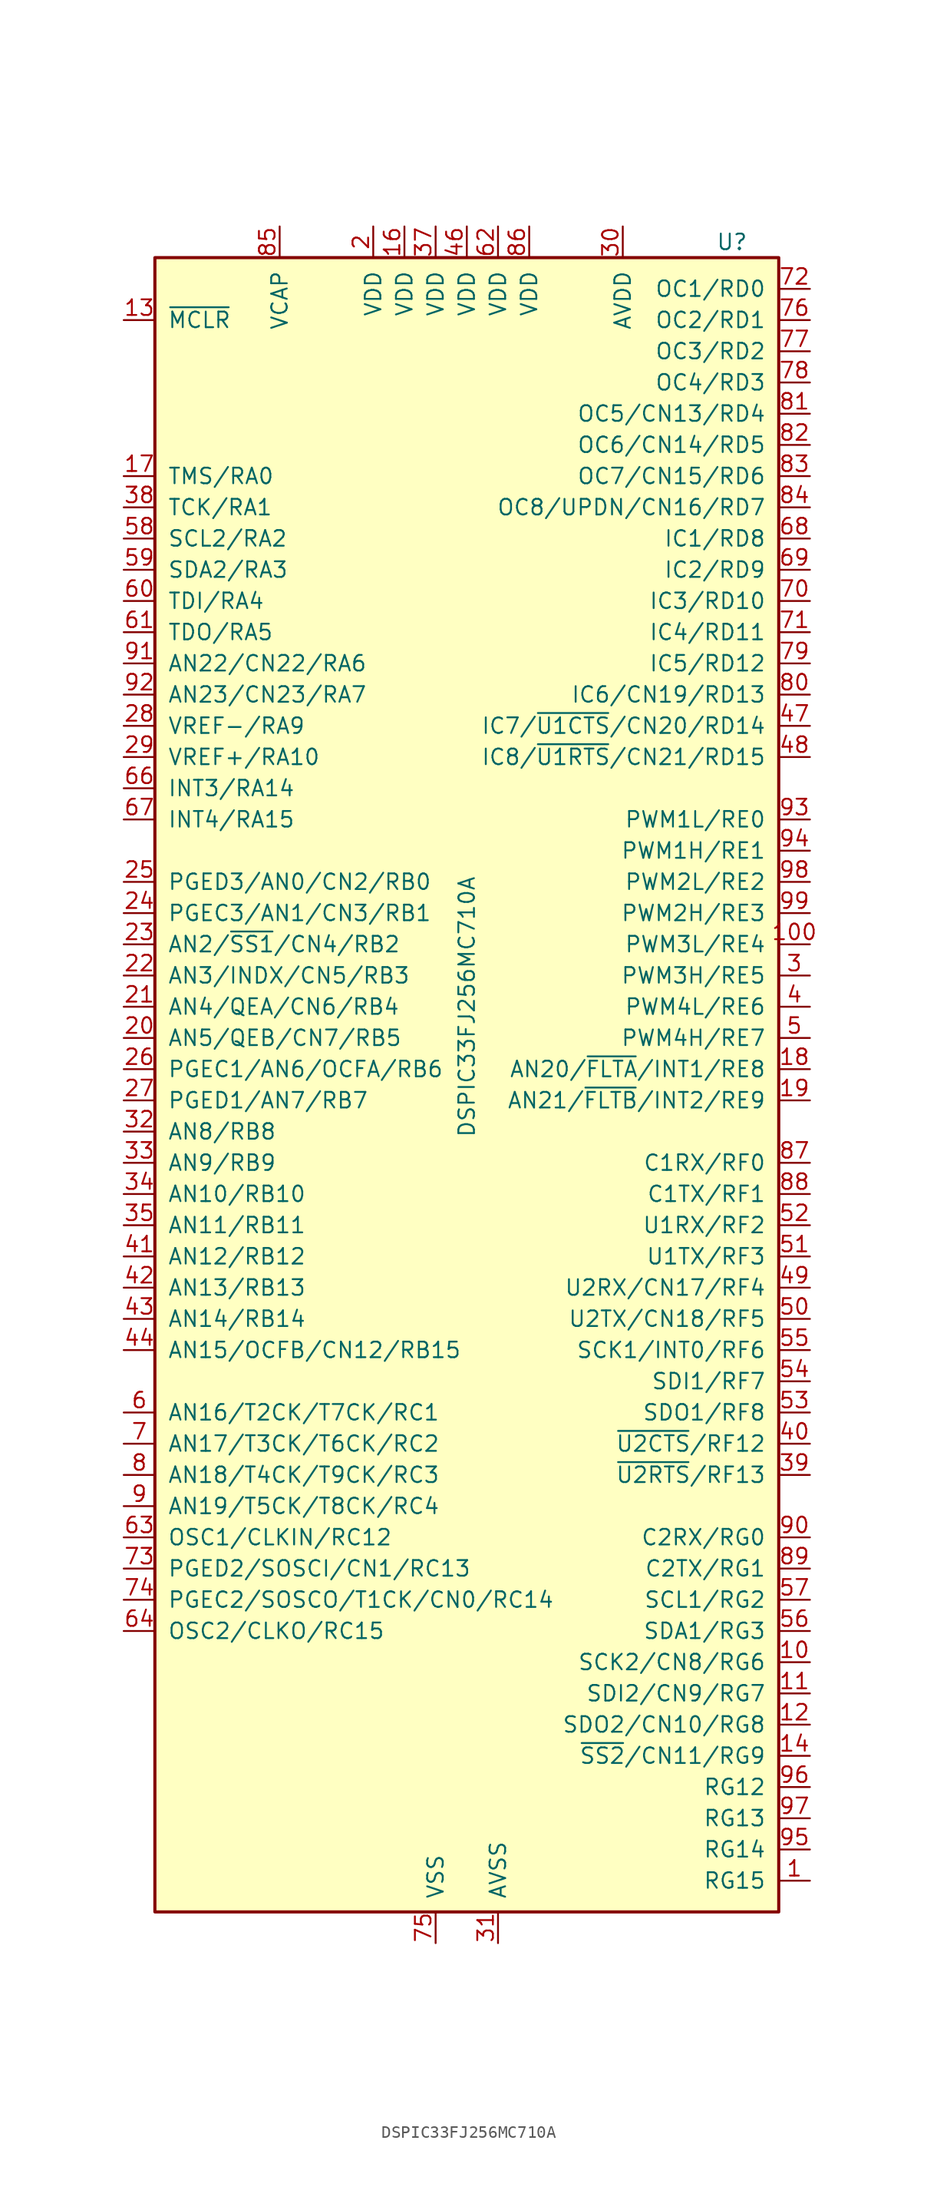
<source format=kicad_sym>
(kicad_symbol_lib
  (version 20241209)
  (generator "kicad_symbol_editor")
  (generator_version "9.0")
  (symbol "DSPIC33FJ256MC710A"
    (pin_names
      (offset 1.016))
    (property "Reference" "U"
      (at 21.59 69.85 0)
      (effects (font (size 1.27 1.27))))
    (property "Value" "DSPIC33FJ256MC710A"
      (at 0 7.62 90)
      (effects (font (size 1.27 1.27))))
    (symbol "DSPIC33FJ256MC710A_0_1"
      (rectangle (start -25.4 68.58) (end 25.4 -66.04) (stroke (width 0.254) (type default)) (fill (type background))))
    (symbol "DSPIC33FJ256MC710A_1_1"
      (pin input line (at -27.94 63.5 0) (length 2.54) (name "~{MCLR}" (effects (font (size 1.27 1.27)))) (number "13" (effects (font (size 1.27 1.27)))))
      (pin bidirectional line (at -27.94 50.8 0) (length 2.54) (name "TMS/RA0" (effects (font (size 1.27 1.27)))) (number "17" (effects (font (size 1.27 1.27)))))
      (pin bidirectional line (at -27.94 48.26 0) (length 2.54) (name "TCK/RA1" (effects (font (size 1.27 1.27)))) (number "38" (effects (font (size 1.27 1.27)))))
      (pin bidirectional line (at -27.94 45.72 0) (length 2.54) (name "SCL2/RA2" (effects (font (size 1.27 1.27)))) (number "58" (effects (font (size 1.27 1.27)))))
      (pin bidirectional line (at -27.94 43.18 0) (length 2.54) (name "SDA2/RA3" (effects (font (size 1.27 1.27)))) (number "59" (effects (font (size 1.27 1.27)))))
      (pin bidirectional line (at -27.94 40.64 0) (length 2.54) (name "TDI/RA4" (effects (font (size 1.27 1.27)))) (number "60" (effects (font (size 1.27 1.27)))))
      (pin bidirectional line (at -27.94 38.1 0) (length 2.54) (name "TDO/RA5" (effects (font (size 1.27 1.27)))) (number "61" (effects (font (size 1.27 1.27)))))
      (pin bidirectional line (at -27.94 35.56 0) (length 2.54) (name "AN22/CN22/RA6" (effects (font (size 1.27 1.27)))) (number "91" (effects (font (size 1.27 1.27)))))
      (pin bidirectional line (at -27.94 33.02 0) (length 2.54) (name "AN23/CN23/RA7" (effects (font (size 1.27 1.27)))) (number "92" (effects (font (size 1.27 1.27)))))
      (pin bidirectional line (at -27.94 30.48 0) (length 2.54) (name "VREF-/RA9" (effects (font (size 1.27 1.27)))) (number "28" (effects (font (size 1.27 1.27)))))
      (pin bidirectional line (at -27.94 27.94 0) (length 2.54) (name "VREF+/RA10" (effects (font (size 1.27 1.27)))) (number "29" (effects (font (size 1.27 1.27)))))
      (pin bidirectional line (at -27.94 25.4 0) (length 2.54) (name "INT3/RA14" (effects (font (size 1.27 1.27)))) (number "66" (effects (font (size 1.27 1.27)))))
      (pin bidirectional line (at -27.94 22.86 0) (length 2.54) (name "INT4/RA15" (effects (font (size 1.27 1.27)))) (number "67" (effects (font (size 1.27 1.27)))))
      (pin bidirectional line (at -27.94 17.78 0) (length 2.54) (name "PGED3/AN0/CN2/RB0" (effects (font (size 1.27 1.27)))) (number "25" (effects (font (size 1.27 1.27)))))
      (pin bidirectional line (at -27.94 15.24 0) (length 2.54) (name "PGEC3/AN1/CN3/RB1" (effects (font (size 1.27 1.27)))) (number "24" (effects (font (size 1.27 1.27)))))
      (pin bidirectional line (at -27.94 12.7 0) (length 2.54) (name "AN2/~{SS1}/CN4/RB2" (effects (font (size 1.27 1.27)))) (number "23" (effects (font (size 1.27 1.27)))))
      (pin bidirectional line (at -27.94 10.16 0) (length 2.54) (name "AN3/INDX/CN5/RB3" (effects (font (size 1.27 1.27)))) (number "22" (effects (font (size 1.27 1.27)))))
      (pin bidirectional line (at -27.94 7.62 0) (length 2.54) (name "AN4/QEA/CN6/RB4" (effects (font (size 1.27 1.27)))) (number "21" (effects (font (size 1.27 1.27)))))
      (pin bidirectional line (at -27.94 5.08 0) (length 2.54) (name "AN5/QEB/CN7/RB5" (effects (font (size 1.27 1.27)))) (number "20" (effects (font (size 1.27 1.27)))))
      (pin bidirectional line (at -27.94 2.54 0) (length 2.54) (name "PGEC1/AN6/OCFA/RB6" (effects (font (size 1.27 1.27)))) (number "26" (effects (font (size 1.27 1.27)))))
      (pin bidirectional line (at -27.94 0 0) (length 2.54) (name "PGED1/AN7/RB7" (effects (font (size 1.27 1.27)))) (number "27" (effects (font (size 1.27 1.27)))))
      (pin bidirectional line (at -27.94 -2.54 0) (length 2.54) (name "AN8/RB8" (effects (font (size 1.27 1.27)))) (number "32" (effects (font (size 1.27 1.27)))))
      (pin bidirectional line (at -27.94 -5.08 0) (length 2.54) (name "AN9/RB9" (effects (font (size 1.27 1.27)))) (number "33" (effects (font (size 1.27 1.27)))))
      (pin bidirectional line (at -27.94 -7.62 0) (length 2.54) (name "AN10/RB10" (effects (font (size 1.27 1.27)))) (number "34" (effects (font (size 1.27 1.27)))))
      (pin bidirectional line (at -27.94 -10.16 0) (length 2.54) (name "AN11/RB11" (effects (font (size 1.27 1.27)))) (number "35" (effects (font (size 1.27 1.27)))))
      (pin bidirectional line (at -27.94 -12.7 0) (length 2.54) (name "AN12/RB12" (effects (font (size 1.27 1.27)))) (number "41" (effects (font (size 1.27 1.27)))))
      (pin bidirectional line (at -27.94 -15.24 0) (length 2.54) (name "AN13/RB13" (effects (font (size 1.27 1.27)))) (number "42" (effects (font (size 1.27 1.27)))))
      (pin bidirectional line (at -27.94 -17.78 0) (length 2.54) (name "AN14/RB14" (effects (font (size 1.27 1.27)))) (number "43" (effects (font (size 1.27 1.27)))))
      (pin bidirectional line (at -27.94 -20.32 0) (length 2.54) (name "AN15/OCFB/CN12/RB15" (effects (font (size 1.27 1.27)))) (number "44" (effects (font (size 1.27 1.27)))))
      (pin bidirectional line (at -27.94 -25.4 0) (length 2.54) (name "AN16/T2CK/T7CK/RC1" (effects (font (size 1.27 1.27)))) (number "6" (effects (font (size 1.27 1.27)))))
      (pin bidirectional line (at -27.94 -27.94 0) (length 2.54) (name "AN17/T3CK/T6CK/RC2" (effects (font (size 1.27 1.27)))) (number "7" (effects (font (size 1.27 1.27)))))
      (pin bidirectional line (at -27.94 -30.48 0) (length 2.54) (name "AN18/T4CK/T9CK/RC3" (effects (font (size 1.27 1.27)))) (number "8" (effects (font (size 1.27 1.27)))))
      (pin bidirectional line (at -27.94 -33.02 0) (length 2.54) (name "AN19/T5CK/T8CK/RC4" (effects (font (size 1.27 1.27)))) (number "9" (effects (font (size 1.27 1.27)))))
      (pin bidirectional line (at -27.94 -35.56 0) (length 2.54) (name "OSC1/CLKIN/RC12" (effects (font (size 1.27 1.27)))) (number "63" (effects (font (size 1.27 1.27)))))
      (pin bidirectional line (at -27.94 -38.1 0) (length 2.54) (name "PGED2/SOSCI/CN1/RC13" (effects (font (size 1.27 1.27)))) (number "73" (effects (font (size 1.27 1.27)))))
      (pin bidirectional line (at -27.94 -40.64 0) (length 2.54) (name "PGEC2/SOSCO/T1CK/CN0/RC14" (effects (font (size 1.27 1.27)))) (number "74" (effects (font (size 1.27 1.27)))))
      (pin bidirectional line (at -27.94 -43.18 0) (length 2.54) (name "OSC2/CLKO/RC15" (effects (font (size 1.27 1.27)))) (number "64" (effects (font (size 1.27 1.27)))))
      (pin passive line (at -15.24 71.12 270) (length 2.54) (name "VCAP" (effects (font (size 1.27 1.27)))) (number "85" (effects (font (size 1.27 1.27)))))
      (pin power_in line (at -7.62 71.12 270) (length 2.54) (name "VDD" (effects (font (size 1.27 1.27)))) (number "2" (effects (font (size 1.27 1.27)))))
      (pin power_in line (at -5.08 71.12 270) (length 2.54) (name "VDD" (effects (font (size 1.27 1.27)))) (number "16" (effects (font (size 1.27 1.27)))))
      (pin power_in line (at -2.54 71.12 270) (length 2.54) (name "VDD" (effects (font (size 1.27 1.27)))) (number "37" (effects (font (size 1.27 1.27)))))
      (pin passive line (at -2.54 -68.58 90) (length 2.54) (hide yes) (name "VSS" (effects (font (size 1.27 1.27)))) (number "15" (effects (font (size 1.27 1.27)))))
      (pin passive line (at -2.54 -68.58 90) (length 2.54) (hide yes) (name "VSS" (effects (font (size 1.27 1.27)))) (number "36" (effects (font (size 1.27 1.27)))))
      (pin passive line (at -2.54 -68.58 90) (length 2.54) (hide yes) (name "VSS" (effects (font (size 1.27 1.27)))) (number "45" (effects (font (size 1.27 1.27)))))
      (pin passive line (at -2.54 -68.58 90) (length 2.54) (hide yes) (name "VSS" (effects (font (size 1.27 1.27)))) (number "65" (effects (font (size 1.27 1.27)))))
      (pin power_in line (at -2.54 -68.58 90) (length 2.54) (name "VSS" (effects (font (size 1.27 1.27)))) (number "75" (effects (font (size 1.27 1.27)))))
      (pin power_in line (at 0 71.12 270) (length 2.54) (name "VDD" (effects (font (size 1.27 1.27)))) (number "46" (effects (font (size 1.27 1.27)))))
      (pin power_in line (at 2.54 71.12 270) (length 2.54) (name "VDD" (effects (font (size 1.27 1.27)))) (number "62" (effects (font (size 1.27 1.27)))))
      (pin power_in line (at 2.54 -68.58 90) (length 2.54) (name "AVSS" (effects (font (size 1.27 1.27)))) (number "31" (effects (font (size 1.27 1.27)))))
      (pin power_in line (at 5.08 71.12 270) (length 2.54) (name "VDD" (effects (font (size 1.27 1.27)))) (number "86" (effects (font (size 1.27 1.27)))))
      (pin power_in line (at 12.7 71.12 270) (length 2.54) (name "AVDD" (effects (font (size 1.27 1.27)))) (number "30" (effects (font (size 1.27 1.27)))))
      (pin bidirectional line (at 27.94 66.04 180) (length 2.54) (name "OC1/RD0" (effects (font (size 1.27 1.27)))) (number "72" (effects (font (size 1.27 1.27)))))
      (pin bidirectional line (at 27.94 63.5 180) (length 2.54) (name "OC2/RD1" (effects (font (size 1.27 1.27)))) (number "76" (effects (font (size 1.27 1.27)))))
      (pin bidirectional line (at 27.94 60.96 180) (length 2.54) (name "OC3/RD2" (effects (font (size 1.27 1.27)))) (number "77" (effects (font (size 1.27 1.27)))))
      (pin bidirectional line (at 27.94 58.42 180) (length 2.54) (name "OC4/RD3" (effects (font (size 1.27 1.27)))) (number "78" (effects (font (size 1.27 1.27)))))
      (pin bidirectional line (at 27.94 55.88 180) (length 2.54) (name "OC5/CN13/RD4" (effects (font (size 1.27 1.27)))) (number "81" (effects (font (size 1.27 1.27)))))
      (pin bidirectional line (at 27.94 53.34 180) (length 2.54) (name "OC6/CN14/RD5" (effects (font (size 1.27 1.27)))) (number "82" (effects (font (size 1.27 1.27)))))
      (pin bidirectional line (at 27.94 50.8 180) (length 2.54) (name "OC7/CN15/RD6" (effects (font (size 1.27 1.27)))) (number "83" (effects (font (size 1.27 1.27)))))
      (pin bidirectional line (at 27.94 48.26 180) (length 2.54) (name "OC8/UPDN/CN16/RD7" (effects (font (size 1.27 1.27)))) (number "84" (effects (font (size 1.27 1.27)))))
      (pin bidirectional line (at 27.94 45.72 180) (length 2.54) (name "IC1/RD8" (effects (font (size 1.27 1.27)))) (number "68" (effects (font (size 1.27 1.27)))))
      (pin bidirectional line (at 27.94 43.18 180) (length 2.54) (name "IC2/RD9" (effects (font (size 1.27 1.27)))) (number "69" (effects (font (size 1.27 1.27)))))
      (pin bidirectional line (at 27.94 40.64 180) (length 2.54) (name "IC3/RD10" (effects (font (size 1.27 1.27)))) (number "70" (effects (font (size 1.27 1.27)))))
      (pin bidirectional line (at 27.94 38.1 180) (length 2.54) (name "IC4/RD11" (effects (font (size 1.27 1.27)))) (number "71" (effects (font (size 1.27 1.27)))))
      (pin bidirectional line (at 27.94 35.56 180) (length 2.54) (name "IC5/RD12" (effects (font (size 1.27 1.27)))) (number "79" (effects (font (size 1.27 1.27)))))
      (pin bidirectional line (at 27.94 33.02 180) (length 2.54) (name "IC6/CN19/RD13" (effects (font (size 1.27 1.27)))) (number "80" (effects (font (size 1.27 1.27)))))
      (pin bidirectional line (at 27.94 30.48 180) (length 2.54) (name "IC7/~{U1CTS}/CN20/RD14" (effects (font (size 1.27 1.27)))) (number "47" (effects (font (size 1.27 1.27)))))
      (pin bidirectional line (at 27.94 27.94 180) (length 2.54) (name "IC8/~{U1RTS}/CN21/RD15" (effects (font (size 1.27 1.27)))) (number "48" (effects (font (size 1.27 1.27)))))
      (pin bidirectional line (at 27.94 22.86 180) (length 2.54) (name "PWM1L/RE0" (effects (font (size 1.27 1.27)))) (number "93" (effects (font (size 1.27 1.27)))))
      (pin bidirectional line (at 27.94 20.32 180) (length 2.54) (name "PWM1H/RE1" (effects (font (size 1.27 1.27)))) (number "94" (effects (font (size 1.27 1.27)))))
      (pin bidirectional line (at 27.94 17.78 180) (length 2.54) (name "PWM2L/RE2" (effects (font (size 1.27 1.27)))) (number "98" (effects (font (size 1.27 1.27)))))
      (pin bidirectional line (at 27.94 15.24 180) (length 2.54) (name "PWM2H/RE3" (effects (font (size 1.27 1.27)))) (number "99" (effects (font (size 1.27 1.27)))))
      (pin bidirectional line (at 27.94 12.7 180) (length 2.54) (name "PWM3L/RE4" (effects (font (size 1.27 1.27)))) (number "100" (effects (font (size 1.27 1.27)))))
      (pin bidirectional line (at 27.94 10.16 180) (length 2.54) (name "PWM3H/RE5" (effects (font (size 1.27 1.27)))) (number "3" (effects (font (size 1.27 1.27)))))
      (pin bidirectional line (at 27.94 7.62 180) (length 2.54) (name "PWM4L/RE6" (effects (font (size 1.27 1.27)))) (number "4" (effects (font (size 1.27 1.27)))))
      (pin bidirectional line (at 27.94 5.08 180) (length 2.54) (name "PWM4H/RE7" (effects (font (size 1.27 1.27)))) (number "5" (effects (font (size 1.27 1.27)))))
      (pin bidirectional line (at 27.94 2.54 180) (length 2.54) (name "AN20/~{FLTA}/INT1/RE8" (effects (font (size 1.27 1.27)))) (number "18" (effects (font (size 1.27 1.27)))))
      (pin bidirectional line (at 27.94 0 180) (length 2.54) (name "AN21/~{FLTB}/INT2/RE9" (effects (font (size 1.27 1.27)))) (number "19" (effects (font (size 1.27 1.27)))))
      (pin bidirectional line (at 27.94 -5.08 180) (length 2.54) (name "C1RX/RF0" (effects (font (size 1.27 1.27)))) (number "87" (effects (font (size 1.27 1.27)))))
      (pin bidirectional line (at 27.94 -7.62 180) (length 2.54) (name "C1TX/RF1" (effects (font (size 1.27 1.27)))) (number "88" (effects (font (size 1.27 1.27)))))
      (pin bidirectional line (at 27.94 -10.16 180) (length 2.54) (name "U1RX/RF2" (effects (font (size 1.27 1.27)))) (number "52" (effects (font (size 1.27 1.27)))))
      (pin bidirectional line (at 27.94 -12.7 180) (length 2.54) (name "U1TX/RF3" (effects (font (size 1.27 1.27)))) (number "51" (effects (font (size 1.27 1.27)))))
      (pin bidirectional line (at 27.94 -15.24 180) (length 2.54) (name "U2RX/CN17/RF4" (effects (font (size 1.27 1.27)))) (number "49" (effects (font (size 1.27 1.27)))))
      (pin bidirectional line (at 27.94 -17.78 180) (length 2.54) (name "U2TX/CN18/RF5" (effects (font (size 1.27 1.27)))) (number "50" (effects (font (size 1.27 1.27)))))
      (pin bidirectional line (at 27.94 -20.32 180) (length 2.54) (name "SCK1/INT0/RF6" (effects (font (size 1.27 1.27)))) (number "55" (effects (font (size 1.27 1.27)))))
      (pin bidirectional line (at 27.94 -22.86 180) (length 2.54) (name "SDI1/RF7" (effects (font (size 1.27 1.27)))) (number "54" (effects (font (size 1.27 1.27)))))
      (pin bidirectional line (at 27.94 -25.4 180) (length 2.54) (name "SDO1/RF8" (effects (font (size 1.27 1.27)))) (number "53" (effects (font (size 1.27 1.27)))))
      (pin bidirectional line (at 27.94 -27.94 180) (length 2.54) (name "~{U2CTS}/RF12" (effects (font (size 1.27 1.27)))) (number "40" (effects (font (size 1.27 1.27)))))
      (pin bidirectional line (at 27.94 -30.48 180) (length 2.54) (name "~{U2RTS}/RF13" (effects (font (size 1.27 1.27)))) (number "39" (effects (font (size 1.27 1.27)))))
      (pin bidirectional line (at 27.94 -35.56 180) (length 2.54) (name "C2RX/RG0" (effects (font (size 1.27 1.27)))) (number "90" (effects (font (size 1.27 1.27)))))
      (pin bidirectional line (at 27.94 -38.1 180) (length 2.54) (name "C2TX/RG1" (effects (font (size 1.27 1.27)))) (number "89" (effects (font (size 1.27 1.27)))))
      (pin bidirectional line (at 27.94 -40.64 180) (length 2.54) (name "SCL1/RG2" (effects (font (size 1.27 1.27)))) (number "57" (effects (font (size 1.27 1.27)))))
      (pin bidirectional line (at 27.94 -43.18 180) (length 2.54) (name "SDA1/RG3" (effects (font (size 1.27 1.27)))) (number "56" (effects (font (size 1.27 1.27)))))
      (pin bidirectional line (at 27.94 -45.72 180) (length 2.54) (name "SCK2/CN8/RG6" (effects (font (size 1.27 1.27)))) (number "10" (effects (font (size 1.27 1.27)))))
      (pin bidirectional line (at 27.94 -48.26 180) (length 2.54) (name "SDI2/CN9/RG7" (effects (font (size 1.27 1.27)))) (number "11" (effects (font (size 1.27 1.27)))))
      (pin bidirectional line (at 27.94 -50.8 180) (length 2.54) (name "SDO2/CN10/RG8" (effects (font (size 1.27 1.27)))) (number "12" (effects (font (size 1.27 1.27)))))
      (pin bidirectional line (at 27.94 -53.34 180) (length 2.54) (name "~{SS2}/CN11/RG9" (effects (font (size 1.27 1.27)))) (number "14" (effects (font (size 1.27 1.27)))))
      (pin bidirectional line (at 27.94 -55.88 180) (length 2.54) (name "RG12" (effects (font (size 1.27 1.27)))) (number "96" (effects (font (size 1.27 1.27)))))
      (pin bidirectional line (at 27.94 -58.42 180) (length 2.54) (name "RG13" (effects (font (size 1.27 1.27)))) (number "97" (effects (font (size 1.27 1.27)))))
      (pin bidirectional line (at 27.94 -60.96 180) (length 2.54) (name "RG14" (effects (font (size 1.27 1.27)))) (number "95" (effects (font (size 1.27 1.27)))))
      (pin bidirectional line (at 27.94 -63.5 180) (length 2.54) (name "RG15" (effects (font (size 1.27 1.27)))) (number "1" (effects (font (size 1.27 1.27))))))))
</source>
